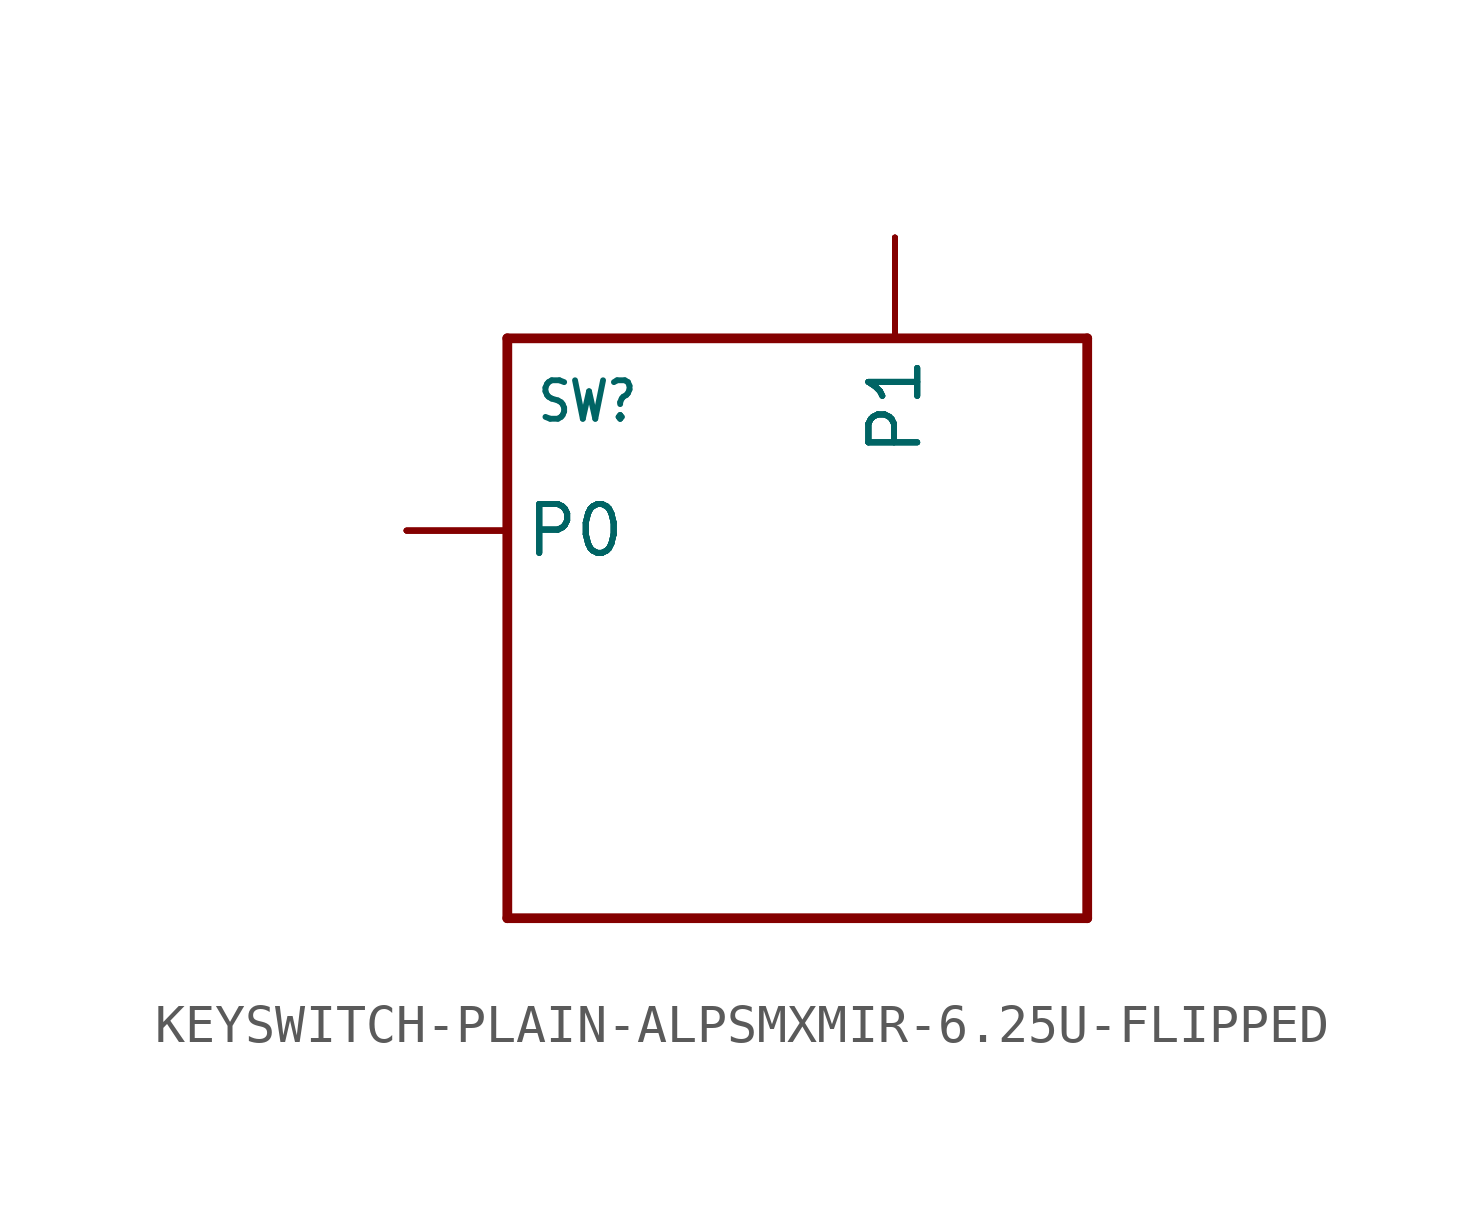
<source format=kicad_sym>
(kicad_symbol_lib
  (version 20211014)
  (generator kicad_symbol_editor)
  (symbol "KEYSWITCH-PLAIN-ALPSMXMIR-6.25U-FLIPPED"
    (property "Reference" "SW"
      (at -6.81 5.318 0)
      (effects (font (size 1 0.85)) (justify left bottom)))
    (property "ki_locked" ""
      (at 0 0 0)
      (effects (font (size 1.27 1.27))))
    (symbol "KEYSWITCH-PLAIN-ALPSMXMIR-6.25U-FLIPPED_1_0"
      (polyline (pts (xy -7.54 -7.54) (xy -7.54 7.54)) (stroke (width 0.254) (type default) (color 0 0 0 0)) (fill (type none)))
      (polyline (pts (xy -7.54 7.54) (xy 7.54 7.54)) (stroke (width 0.254) (type default) (color 0 0 0 0)) (fill (type none)))
      (polyline (pts (xy 7.54 -7.54) (xy -7.54 -7.54)) (stroke (width 0.254) (type default) (color 0 0 0 0)) (fill (type none)))
      (polyline (pts (xy 7.54 7.54) (xy 7.54 -7.54)) (stroke (width 0.254) (type default) (color 0 0 0 0)) (fill (type none)))
      (pin bidirectional line (at -10.16 2.54 0) (length 2.54) (name "P0" (effects (font (size 1.27 1.27)))) (number "ALPS1" (effects (font (size 0 0)))))
      (pin bidirectional line (at 2.54 10.16 270) (length 2.54) (name "P1" (effects (font (size 1.27 1.27)))) (number "ALPS2" (effects (font (size 0 0)))))
      (pin bidirectional line (at -10.16 2.54 0) (length 2.54) (name "P0" (effects (font (size 1.27 1.27)))) (number "ALPS3" (effects (font (size 0 0)))))
      (pin bidirectional line (at 2.54 10.16 270) (length 2.54) (name "P1" (effects (font (size 1.27 1.27)))) (number "ALPS4" (effects (font (size 0 0)))))
      (pin bidirectional line (at -10.16 2.54 0) (length 2.54) (name "P0" (effects (font (size 1.27 1.27)))) (number "MX1" (effects (font (size 0 0)))))
      (pin bidirectional line (at 2.54 10.16 270) (length 2.54) (name "P1" (effects (font (size 1.27 1.27)))) (number "MX2" (effects (font (size 0 0)))))
      (pin bidirectional line (at -10.16 2.54 0) (length 2.54) (name "P0" (effects (font (size 1.27 1.27)))) (number "MX3" (effects (font (size 0 0)))))
      (pin bidirectional line (at 2.54 10.16 270) (length 2.54) (name "P1" (effects (font (size 1.27 1.27)))) (number "MX4" (effects (font (size 0 0))))))))
</source>
